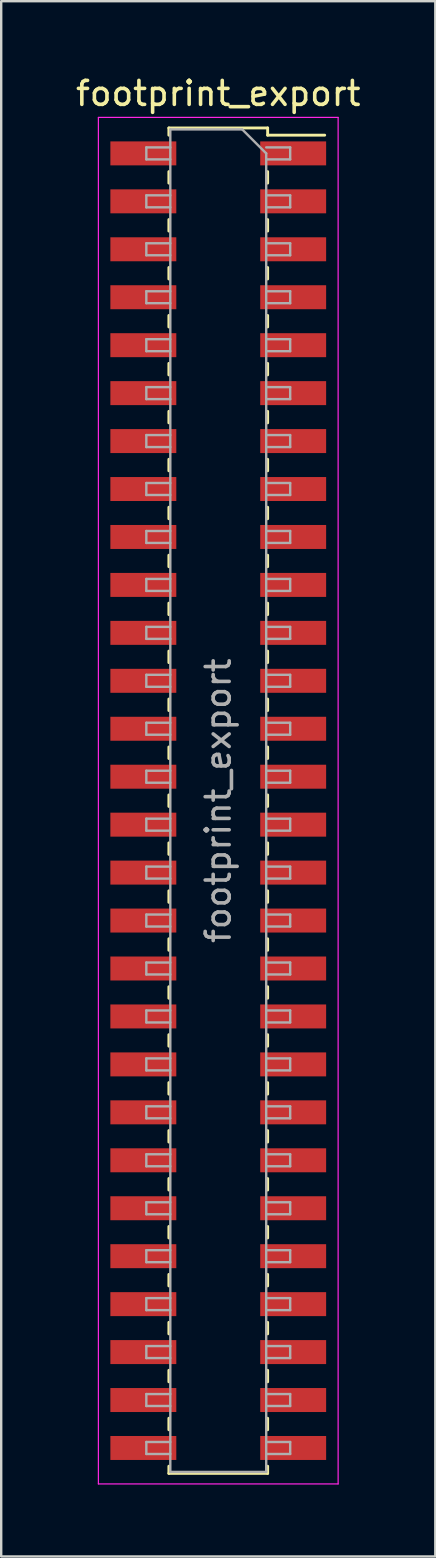
<source format=kicad_pcb>
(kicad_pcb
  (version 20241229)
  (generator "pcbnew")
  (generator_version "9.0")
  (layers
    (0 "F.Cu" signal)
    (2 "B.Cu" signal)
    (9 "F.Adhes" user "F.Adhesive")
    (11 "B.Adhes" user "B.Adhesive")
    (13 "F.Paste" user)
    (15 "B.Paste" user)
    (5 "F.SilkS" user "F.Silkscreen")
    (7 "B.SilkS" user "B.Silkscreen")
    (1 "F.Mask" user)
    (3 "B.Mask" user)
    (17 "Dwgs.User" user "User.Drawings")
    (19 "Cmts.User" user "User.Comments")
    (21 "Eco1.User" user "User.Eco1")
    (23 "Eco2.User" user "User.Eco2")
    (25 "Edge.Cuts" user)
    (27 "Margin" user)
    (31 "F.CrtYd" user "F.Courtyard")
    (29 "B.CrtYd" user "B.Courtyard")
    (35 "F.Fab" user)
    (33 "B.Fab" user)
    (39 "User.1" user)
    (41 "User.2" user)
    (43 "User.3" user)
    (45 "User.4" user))
  (footprint "footprint_export"
    (layer "F.Cu")
    (at 6.054 30.348)
    (property "Reference" "footprint_export" (at 0 -29.5 0) (layer "F.SilkS") (effects (font (size 1 1) (thickness 0.15))))
    (attr smd)
    (fp_line (start -2.06 -28.06) (end -2.06 -27.76) (stroke (width 0.12) (type solid)) (layer "F.SilkS"))
    (fp_line (start -2.06 -28.06) (end 2.06 -28.06) (stroke (width 0.12) (type solid)) (layer "F.SilkS"))
    (fp_line (start -2.06 -26.24) (end -2.06 -25.76) (stroke (width 0.12) (type solid)) (layer "F.SilkS"))
    (fp_line (start -2.06 -24.24) (end -2.06 -23.76) (stroke (width 0.12) (type solid)) (layer "F.SilkS"))
    (fp_line (start -2.06 -22.24) (end -2.06 -21.76) (stroke (width 0.12) (type solid)) (layer "F.SilkS"))
    (fp_line (start -2.06 -20.24) (end -2.06 -19.76) (stroke (width 0.12) (type solid)) (layer "F.SilkS"))
    (fp_line (start -2.06 -18.24) (end -2.06 -17.76) (stroke (width 0.12) (type solid)) (layer "F.SilkS"))
    (fp_line (start -2.06 -16.24) (end -2.06 -15.76) (stroke (width 0.12) (type solid)) (layer "F.SilkS"))
    (fp_line (start -2.06 -14.24) (end -2.06 -13.76) (stroke (width 0.12) (type solid)) (layer "F.SilkS"))
    (fp_line (start -2.06 -12.24) (end -2.06 -11.76) (stroke (width 0.12) (type solid)) (layer "F.SilkS"))
    (fp_line (start -2.06 -10.24) (end -2.06 -9.76) (stroke (width 0.12) (type solid)) (layer "F.SilkS"))
    (fp_line (start -2.06 -8.24) (end -2.06 -7.76) (stroke (width 0.12) (type solid)) (layer "F.SilkS"))
    (fp_line (start -2.06 -6.24) (end -2.06 -5.76) (stroke (width 0.12) (type solid)) (layer "F.SilkS"))
    (fp_line (start -2.06 -4.24) (end -2.06 -3.76) (stroke (width 0.12) (type solid)) (layer "F.SilkS"))
    (fp_line (start -2.06 -2.24) (end -2.06 -1.76) (stroke (width 0.12) (type solid)) (layer "F.SilkS"))
    (fp_line (start -2.06 -0.24) (end -2.06 0.24) (stroke (width 0.12) (type solid)) (layer "F.SilkS"))
    (fp_line (start -2.06 1.76) (end -2.06 2.24) (stroke (width 0.12) (type solid)) (layer "F.SilkS"))
    (fp_line (start -2.06 3.76) (end -2.06 4.24) (stroke (width 0.12) (type solid)) (layer "F.SilkS"))
    (fp_line (start -2.06 5.76) (end -2.06 6.24) (stroke (width 0.12) (type solid)) (layer "F.SilkS"))
    (fp_line (start -2.06 7.76) (end -2.06 8.24) (stroke (width 0.12) (type solid)) (layer "F.SilkS"))
    (fp_line (start -2.06 9.76) (end -2.06 10.24) (stroke (width 0.12) (type solid)) (layer "F.SilkS"))
    (fp_line (start -2.06 11.76) (end -2.06 12.24) (stroke (width 0.12) (type solid)) (layer "F.SilkS"))
    (fp_line (start -2.06 13.76) (end -2.06 14.24) (stroke (width 0.12) (type solid)) (layer "F.SilkS"))
    (fp_line (start -2.06 15.76) (end -2.06 16.24) (stroke (width 0.12) (type solid)) (layer "F.SilkS"))
    (fp_line (start -2.06 17.76) (end -2.06 18.24) (stroke (width 0.12) (type solid)) (layer "F.SilkS"))
    (fp_line (start -2.06 19.76) (end -2.06 20.24) (stroke (width 0.12) (type solid)) (layer "F.SilkS"))
    (fp_line (start -2.06 21.76) (end -2.06 22.24) (stroke (width 0.12) (type solid)) (layer "F.SilkS"))
    (fp_line (start -2.06 23.76) (end -2.06 24.24) (stroke (width 0.12) (type solid)) (layer "F.SilkS"))
    (fp_line (start -2.06 25.76) (end -2.06 26.24) (stroke (width 0.12) (type solid)) (layer "F.SilkS"))
    (fp_line (start -2.06 27.76) (end -2.06 28.06) (stroke (width 0.12) (type solid)) (layer "F.SilkS"))
    (fp_line (start -2.06 28.06) (end 2.06 28.06) (stroke (width 0.12) (type solid)) (layer "F.SilkS"))
    (fp_line (start 2.06 -28.06) (end 2.06 -27.76) (stroke (width 0.12) (type solid)) (layer "F.SilkS"))
    (fp_line (start 2.06 -27.76) (end 4.44 -27.76) (stroke (width 0.12) (type solid)) (layer "F.SilkS"))
    (fp_line (start 2.06 -26.24) (end 2.06 -25.76) (stroke (width 0.12) (type solid)) (layer "F.SilkS"))
    (fp_line (start 2.06 -24.24) (end 2.06 -23.76) (stroke (width 0.12) (type solid)) (layer "F.SilkS"))
    (fp_line (start 2.06 -22.24) (end 2.06 -21.76) (stroke (width 0.12) (type solid)) (layer "F.SilkS"))
    (fp_line (start 2.06 -20.24) (end 2.06 -19.76) (stroke (width 0.12) (type solid)) (layer "F.SilkS"))
    (fp_line (start 2.06 -18.24) (end 2.06 -17.76) (stroke (width 0.12) (type solid)) (layer "F.SilkS"))
    (fp_line (start 2.06 -16.24) (end 2.06 -15.76) (stroke (width 0.12) (type solid)) (layer "F.SilkS"))
    (fp_line (start 2.06 -14.24) (end 2.06 -13.76) (stroke (width 0.12) (type solid)) (layer "F.SilkS"))
    (fp_line (start 2.06 -12.24) (end 2.06 -11.76) (stroke (width 0.12) (type solid)) (layer "F.SilkS"))
    (fp_line (start 2.06 -10.24) (end 2.06 -9.76) (stroke (width 0.12) (type solid)) (layer "F.SilkS"))
    (fp_line (start 2.06 -8.24) (end 2.06 -7.76) (stroke (width 0.12) (type solid)) (layer "F.SilkS"))
    (fp_line (start 2.06 -6.24) (end 2.06 -5.76) (stroke (width 0.12) (type solid)) (layer "F.SilkS"))
    (fp_line (start 2.06 -4.24) (end 2.06 -3.76) (stroke (width 0.12) (type solid)) (layer "F.SilkS"))
    (fp_line (start 2.06 -2.24) (end 2.06 -1.76) (stroke (width 0.12) (type solid)) (layer "F.SilkS"))
    (fp_line (start 2.06 -0.24) (end 2.06 0.24) (stroke (width 0.12) (type solid)) (layer "F.SilkS"))
    (fp_line (start 2.06 1.76) (end 2.06 2.24) (stroke (width 0.12) (type solid)) (layer "F.SilkS"))
    (fp_line (start 2.06 3.76) (end 2.06 4.24) (stroke (width 0.12) (type solid)) (layer "F.SilkS"))
    (fp_line (start 2.06 5.76) (end 2.06 6.24) (stroke (width 0.12) (type solid)) (layer "F.SilkS"))
    (fp_line (start 2.06 7.76) (end 2.06 8.24) (stroke (width 0.12) (type solid)) (layer "F.SilkS"))
    (fp_line (start 2.06 9.76) (end 2.06 10.24) (stroke (width 0.12) (type solid)) (layer "F.SilkS"))
    (fp_line (start 2.06 11.76) (end 2.06 12.24) (stroke (width 0.12) (type solid)) (layer "F.SilkS"))
    (fp_line (start 2.06 13.76) (end 2.06 14.24) (stroke (width 0.12) (type solid)) (layer "F.SilkS"))
    (fp_line (start 2.06 15.76) (end 2.06 16.24) (stroke (width 0.12) (type solid)) (layer "F.SilkS"))
    (fp_line (start 2.06 17.76) (end 2.06 18.24) (stroke (width 0.12) (type solid)) (layer "F.SilkS"))
    (fp_line (start 2.06 19.76) (end 2.06 20.24) (stroke (width 0.12) (type solid)) (layer "F.SilkS"))
    (fp_line (start 2.06 21.76) (end 2.06 22.24) (stroke (width 0.12) (type solid)) (layer "F.SilkS"))
    (fp_line (start 2.06 23.76) (end 2.06 24.24) (stroke (width 0.12) (type solid)) (layer "F.SilkS"))
    (fp_line (start 2.06 25.76) (end 2.06 26.24) (stroke (width 0.12) (type solid)) (layer "F.SilkS"))
    (fp_line (start 2.06 27.76) (end 2.06 28.06) (stroke (width 0.12) (type solid)) (layer "F.SilkS"))
    (fp_line (start -5 -28.5) (end 5 -28.5) (stroke (width 0.05) (type solid)) (layer "F.CrtYd"))
    (fp_line (start -5 28.5) (end -5 -28.5) (stroke (width 0.05) (type solid)) (layer "F.CrtYd"))
    (fp_line (start 5 -28.5) (end 5 28.5) (stroke (width 0.05) (type solid)) (layer "F.CrtYd"))
    (fp_line (start 5 28.5) (end -5 28.5) (stroke (width 0.05) (type solid)) (layer "F.CrtYd"))
    (fp_line (start -3 -27.25) (end -2 -27.25) (stroke (width 0.1) (type solid)) (layer "F.Fab"))
    (fp_line (start -3 -26.75) (end -3 -27.25) (stroke (width 0.1) (type solid)) (layer "F.Fab"))
    (fp_line (start -3 -25.25) (end -2 -25.25) (stroke (width 0.1) (type solid)) (layer "F.Fab"))
    (fp_line (start -3 -24.75) (end -3 -25.25) (stroke (width 0.1) (type solid)) (layer "F.Fab"))
    (fp_line (start -3 -23.25) (end -2 -23.25) (stroke (width 0.1) (type solid)) (layer "F.Fab"))
    (fp_line (start -3 -22.75) (end -3 -23.25) (stroke (width 0.1) (type solid)) (layer "F.Fab"))
    (fp_line (start -3 -21.25) (end -2 -21.25) (stroke (width 0.1) (type solid)) (layer "F.Fab"))
    (fp_line (start -3 -20.75) (end -3 -21.25) (stroke (width 0.1) (type solid)) (layer "F.Fab"))
    (fp_line (start -3 -19.25) (end -2 -19.25) (stroke (width 0.1) (type solid)) (layer "F.Fab"))
    (fp_line (start -3 -18.75) (end -3 -19.25) (stroke (width 0.1) (type solid)) (layer "F.Fab"))
    (fp_line (start -3 -17.25) (end -2 -17.25) (stroke (width 0.1) (type solid)) (layer "F.Fab"))
    (fp_line (start -3 -16.75) (end -3 -17.25) (stroke (width 0.1) (type solid)) (layer "F.Fab"))
    (fp_line (start -3 -15.25) (end -2 -15.25) (stroke (width 0.1) (type solid)) (layer "F.Fab"))
    (fp_line (start -3 -14.75) (end -3 -15.25) (stroke (width 0.1) (type solid)) (layer "F.Fab"))
    (fp_line (start -3 -13.25) (end -2 -13.25) (stroke (width 0.1) (type solid)) (layer "F.Fab"))
    (fp_line (start -3 -12.75) (end -3 -13.25) (stroke (width 0.1) (type solid)) (layer "F.Fab"))
    (fp_line (start -3 -11.25) (end -2 -11.25) (stroke (width 0.1) (type solid)) (layer "F.Fab"))
    (fp_line (start -3 -10.75) (end -3 -11.25) (stroke (width 0.1) (type solid)) (layer "F.Fab"))
    (fp_line (start -3 -9.25) (end -2 -9.25) (stroke (width 0.1) (type solid)) (layer "F.Fab"))
    (fp_line (start -3 -8.75) (end -3 -9.25) (stroke (width 0.1) (type solid)) (layer "F.Fab"))
    (fp_line (start -3 -7.25) (end -2 -7.25) (stroke (width 0.1) (type solid)) (layer "F.Fab"))
    (fp_line (start -3 -6.75) (end -3 -7.25) (stroke (width 0.1) (type solid)) (layer "F.Fab"))
    (fp_line (start -3 -5.25) (end -2 -5.25) (stroke (width 0.1) (type solid)) (layer "F.Fab"))
    (fp_line (start -3 -4.75) (end -3 -5.25) (stroke (width 0.1) (type solid)) (layer "F.Fab"))
    (fp_line (start -3 -3.25) (end -2 -3.25) (stroke (width 0.1) (type solid)) (layer "F.Fab"))
    (fp_line (start -3 -2.75) (end -3 -3.25) (stroke (width 0.1) (type solid)) (layer "F.Fab"))
    (fp_line (start -3 -1.25) (end -2 -1.25) (stroke (width 0.1) (type solid)) (layer "F.Fab"))
    (fp_line (start -3 -0.75) (end -3 -1.25) (stroke (width 0.1) (type solid)) (layer "F.Fab"))
    (fp_line (start -3 0.75) (end -2 0.75) (stroke (width 0.1) (type solid)) (layer "F.Fab"))
    (fp_line (start -3 1.25) (end -3 0.75) (stroke (width 0.1) (type solid)) (layer "F.Fab"))
    (fp_line (start -3 2.75) (end -2 2.75) (stroke (width 0.1) (type solid)) (layer "F.Fab"))
    (fp_line (start -3 3.25) (end -3 2.75) (stroke (width 0.1) (type solid)) (layer "F.Fab"))
    (fp_line (start -3 4.75) (end -2 4.75) (stroke (width 0.1) (type solid)) (layer "F.Fab"))
    (fp_line (start -3 5.25) (end -3 4.75) (stroke (width 0.1) (type solid)) (layer "F.Fab"))
    (fp_line (start -3 6.75) (end -2 6.75) (stroke (width 0.1) (type solid)) (layer "F.Fab"))
    (fp_line (start -3 7.25) (end -3 6.75) (stroke (width 0.1) (type solid)) (layer "F.Fab"))
    (fp_line (start -3 8.75) (end -2 8.75) (stroke (width 0.1) (type solid)) (layer "F.Fab"))
    (fp_line (start -3 9.25) (end -3 8.75) (stroke (width 0.1) (type solid)) (layer "F.Fab"))
    (fp_line (start -3 10.75) (end -2 10.75) (stroke (width 0.1) (type solid)) (layer "F.Fab"))
    (fp_line (start -3 11.25) (end -3 10.75) (stroke (width 0.1) (type solid)) (layer "F.Fab"))
    (fp_line (start -3 12.75) (end -2 12.75) (stroke (width 0.1) (type solid)) (layer "F.Fab"))
    (fp_line (start -3 13.25) (end -3 12.75) (stroke (width 0.1) (type solid)) (layer "F.Fab"))
    (fp_line (start -3 14.75) (end -2 14.75) (stroke (width 0.1) (type solid)) (layer "F.Fab"))
    (fp_line (start -3 15.25) (end -3 14.75) (stroke (width 0.1) (type solid)) (layer "F.Fab"))
    (fp_line (start -3 16.75) (end -2 16.75) (stroke (width 0.1) (type solid)) (layer "F.Fab"))
    (fp_line (start -3 17.25) (end -3 16.75) (stroke (width 0.1) (type solid)) (layer "F.Fab"))
    (fp_line (start -3 18.75) (end -2 18.75) (stroke (width 0.1) (type solid)) (layer "F.Fab"))
    (fp_line (start -3 19.25) (end -3 18.75) (stroke (width 0.1) (type solid)) (layer "F.Fab"))
    (fp_line (start -3 20.75) (end -2 20.75) (stroke (width 0.1) (type solid)) (layer "F.Fab"))
    (fp_line (start -3 21.25) (end -3 20.75) (stroke (width 0.1) (type solid)) (layer "F.Fab"))
    (fp_line (start -3 22.75) (end -2 22.75) (stroke (width 0.1) (type solid)) (layer "F.Fab"))
    (fp_line (start -3 23.25) (end -3 22.75) (stroke (width 0.1) (type solid)) (layer "F.Fab"))
    (fp_line (start -3 24.75) (end -2 24.75) (stroke (width 0.1) (type solid)) (layer "F.Fab"))
    (fp_line (start -3 25.25) (end -3 24.75) (stroke (width 0.1) (type solid)) (layer "F.Fab"))
    (fp_line (start -3 26.75) (end -2 26.75) (stroke (width 0.1) (type solid)) (layer "F.Fab"))
    (fp_line (start -3 27.25) (end -3 26.75) (stroke (width 0.1) (type solid)) (layer "F.Fab"))
    (fp_line (start -2 -28) (end 1 -28) (stroke (width 0.1) (type solid)) (layer "F.Fab"))
    (fp_line (start -2 -26.75) (end -3 -26.75) (stroke (width 0.1) (type solid)) (layer "F.Fab"))
    (fp_line (start -2 -24.75) (end -3 -24.75) (stroke (width 0.1) (type solid)) (layer "F.Fab"))
    (fp_line (start -2 -22.75) (end -3 -22.75) (stroke (width 0.1) (type solid)) (layer "F.Fab"))
    (fp_line (start -2 -20.75) (end -3 -20.75) (stroke (width 0.1) (type solid)) (layer "F.Fab"))
    (fp_line (start -2 -18.75) (end -3 -18.75) (stroke (width 0.1) (type solid)) (layer "F.Fab"))
    (fp_line (start -2 -16.75) (end -3 -16.75) (stroke (width 0.1) (type solid)) (layer "F.Fab"))
    (fp_line (start -2 -14.75) (end -3 -14.75) (stroke (width 0.1) (type solid)) (layer "F.Fab"))
    (fp_line (start -2 -12.75) (end -3 -12.75) (stroke (width 0.1) (type solid)) (layer "F.Fab"))
    (fp_line (start -2 -10.75) (end -3 -10.75) (stroke (width 0.1) (type solid)) (layer "F.Fab"))
    (fp_line (start -2 -8.75) (end -3 -8.75) (stroke (width 0.1) (type solid)) (layer "F.Fab"))
    (fp_line (start -2 -6.75) (end -3 -6.75) (stroke (width 0.1) (type solid)) (layer "F.Fab"))
    (fp_line (start -2 -4.75) (end -3 -4.75) (stroke (width 0.1) (type solid)) (layer "F.Fab"))
    (fp_line (start -2 -2.75) (end -3 -2.75) (stroke (width 0.1) (type solid)) (layer "F.Fab"))
    (fp_line (start -2 -0.75) (end -3 -0.75) (stroke (width 0.1) (type solid)) (layer "F.Fab"))
    (fp_line (start -2 1.25) (end -3 1.25) (stroke (width 0.1) (type solid)) (layer "F.Fab"))
    (fp_line (start -2 3.25) (end -3 3.25) (stroke (width 0.1) (type solid)) (layer "F.Fab"))
    (fp_line (start -2 5.25) (end -3 5.25) (stroke (width 0.1) (type solid)) (layer "F.Fab"))
    (fp_line (start -2 7.25) (end -3 7.25) (stroke (width 0.1) (type solid)) (layer "F.Fab"))
    (fp_line (start -2 9.25) (end -3 9.25) (stroke (width 0.1) (type solid)) (layer "F.Fab"))
    (fp_line (start -2 11.25) (end -3 11.25) (stroke (width 0.1) (type solid)) (layer "F.Fab"))
    (fp_line (start -2 13.25) (end -3 13.25) (stroke (width 0.1) (type solid)) (layer "F.Fab"))
    (fp_line (start -2 15.25) (end -3 15.25) (stroke (width 0.1) (type solid)) (layer "F.Fab"))
    (fp_line (start -2 17.25) (end -3 17.25) (stroke (width 0.1) (type solid)) (layer "F.Fab"))
    (fp_line (start -2 19.25) (end -3 19.25) (stroke (width 0.1) (type solid)) (layer "F.Fab"))
    (fp_line (start -2 21.25) (end -3 21.25) (stroke (width 0.1) (type solid)) (layer "F.Fab"))
    (fp_line (start -2 23.25) (end -3 23.25) (stroke (width 0.1) (type solid)) (layer "F.Fab"))
    (fp_line (start -2 25.25) (end -3 25.25) (stroke (width 0.1) (type solid)) (layer "F.Fab"))
    (fp_line (start -2 27.25) (end -3 27.25) (stroke (width 0.1) (type solid)) (layer "F.Fab"))
    (fp_line (start -2 28) (end -2 -28) (stroke (width 0.1) (type solid)) (layer "F.Fab"))
    (fp_line (start 1 -28) (end 2 -27) (stroke (width 0.1) (type solid)) (layer "F.Fab"))
    (fp_line (start 2 -27.25) (end 3 -27.25) (stroke (width 0.1) (type solid)) (layer "F.Fab"))
    (fp_line (start 2 -27) (end 2 28) (stroke (width 0.1) (type solid)) (layer "F.Fab"))
    (fp_line (start 2 -25.25) (end 3 -25.25) (stroke (width 0.1) (type solid)) (layer "F.Fab"))
    (fp_line (start 2 -23.25) (end 3 -23.25) (stroke (width 0.1) (type solid)) (layer "F.Fab"))
    (fp_line (start 2 -21.25) (end 3 -21.25) (stroke (width 0.1) (type solid)) (layer "F.Fab"))
    (fp_line (start 2 -19.25) (end 3 -19.25) (stroke (width 0.1) (type solid)) (layer "F.Fab"))
    (fp_line (start 2 -17.25) (end 3 -17.25) (stroke (width 0.1) (type solid)) (layer "F.Fab"))
    (fp_line (start 2 -15.25) (end 3 -15.25) (stroke (width 0.1) (type solid)) (layer "F.Fab"))
    (fp_line (start 2 -13.25) (end 3 -13.25) (stroke (width 0.1) (type solid)) (layer "F.Fab"))
    (fp_line (start 2 -11.25) (end 3 -11.25) (stroke (width 0.1) (type solid)) (layer "F.Fab"))
    (fp_line (start 2 -9.25) (end 3 -9.25) (stroke (width 0.1) (type solid)) (layer "F.Fab"))
    (fp_line (start 2 -7.25) (end 3 -7.25) (stroke (width 0.1) (type solid)) (layer "F.Fab"))
    (fp_line (start 2 -5.25) (end 3 -5.25) (stroke (width 0.1) (type solid)) (layer "F.Fab"))
    (fp_line (start 2 -3.25) (end 3 -3.25) (stroke (width 0.1) (type solid)) (layer "F.Fab"))
    (fp_line (start 2 -1.25) (end 3 -1.25) (stroke (width 0.1) (type solid)) (layer "F.Fab"))
    (fp_line (start 2 0.75) (end 3 0.75) (stroke (width 0.1) (type solid)) (layer "F.Fab"))
    (fp_line (start 2 2.75) (end 3 2.75) (stroke (width 0.1) (type solid)) (layer "F.Fab"))
    (fp_line (start 2 4.75) (end 3 4.75) (stroke (width 0.1) (type solid)) (layer "F.Fab"))
    (fp_line (start 2 6.75) (end 3 6.75) (stroke (width 0.1) (type solid)) (layer "F.Fab"))
    (fp_line (start 2 8.75) (end 3 8.75) (stroke (width 0.1) (type solid)) (layer "F.Fab"))
    (fp_line (start 2 10.75) (end 3 10.75) (stroke (width 0.1) (type solid)) (layer "F.Fab"))
    (fp_line (start 2 12.75) (end 3 12.75) (stroke (width 0.1) (type solid)) (layer "F.Fab"))
    (fp_line (start 2 14.75) (end 3 14.75) (stroke (width 0.1) (type solid)) (layer "F.Fab"))
    (fp_line (start 2 16.75) (end 3 16.75) (stroke (width 0.1) (type solid)) (layer "F.Fab"))
    (fp_line (start 2 18.75) (end 3 18.75) (stroke (width 0.1) (type solid)) (layer "F.Fab"))
    (fp_line (start 2 20.75) (end 3 20.75) (stroke (width 0.1) (type solid)) (layer "F.Fab"))
    (fp_line (start 2 22.75) (end 3 22.75) (stroke (width 0.1) (type solid)) (layer "F.Fab"))
    (fp_line (start 2 24.75) (end 3 24.75) (stroke (width 0.1) (type solid)) (layer "F.Fab"))
    (fp_line (start 2 26.75) (end 3 26.75) (stroke (width 0.1) (type solid)) (layer "F.Fab"))
    (fp_line (start 2 28) (end -2 28) (stroke (width 0.1) (type solid)) (layer "F.Fab"))
    (fp_line (start 3 -27.25) (end 3 -26.75) (stroke (width 0.1) (type solid)) (layer "F.Fab"))
    (fp_line (start 3 -26.75) (end 2 -26.75) (stroke (width 0.1) (type solid)) (layer "F.Fab"))
    (fp_line (start 3 -25.25) (end 3 -24.75) (stroke (width 0.1) (type solid)) (layer "F.Fab"))
    (fp_line (start 3 -24.75) (end 2 -24.75) (stroke (width 0.1) (type solid)) (layer "F.Fab"))
    (fp_line (start 3 -23.25) (end 3 -22.75) (stroke (width 0.1) (type solid)) (layer "F.Fab"))
    (fp_line (start 3 -22.75) (end 2 -22.75) (stroke (width 0.1) (type solid)) (layer "F.Fab"))
    (fp_line (start 3 -21.25) (end 3 -20.75) (stroke (width 0.1) (type solid)) (layer "F.Fab"))
    (fp_line (start 3 -20.75) (end 2 -20.75) (stroke (width 0.1) (type solid)) (layer "F.Fab"))
    (fp_line (start 3 -19.25) (end 3 -18.75) (stroke (width 0.1) (type solid)) (layer "F.Fab"))
    (fp_line (start 3 -18.75) (end 2 -18.75) (stroke (width 0.1) (type solid)) (layer "F.Fab"))
    (fp_line (start 3 -17.25) (end 3 -16.75) (stroke (width 0.1) (type solid)) (layer "F.Fab"))
    (fp_line (start 3 -16.75) (end 2 -16.75) (stroke (width 0.1) (type solid)) (layer "F.Fab"))
    (fp_line (start 3 -15.25) (end 3 -14.75) (stroke (width 0.1) (type solid)) (layer "F.Fab"))
    (fp_line (start 3 -14.75) (end 2 -14.75) (stroke (width 0.1) (type solid)) (layer "F.Fab"))
    (fp_line (start 3 -13.25) (end 3 -12.75) (stroke (width 0.1) (type solid)) (layer "F.Fab"))
    (fp_line (start 3 -12.75) (end 2 -12.75) (stroke (width 0.1) (type solid)) (layer "F.Fab"))
    (fp_line (start 3 -11.25) (end 3 -10.75) (stroke (width 0.1) (type solid)) (layer "F.Fab"))
    (fp_line (start 3 -10.75) (end 2 -10.75) (stroke (width 0.1) (type solid)) (layer "F.Fab"))
    (fp_line (start 3 -9.25) (end 3 -8.75) (stroke (width 0.1) (type solid)) (layer "F.Fab"))
    (fp_line (start 3 -8.75) (end 2 -8.75) (stroke (width 0.1) (type solid)) (layer "F.Fab"))
    (fp_line (start 3 -7.25) (end 3 -6.75) (stroke (width 0.1) (type solid)) (layer "F.Fab"))
    (fp_line (start 3 -6.75) (end 2 -6.75) (stroke (width 0.1) (type solid)) (layer "F.Fab"))
    (fp_line (start 3 -5.25) (end 3 -4.75) (stroke (width 0.1) (type solid)) (layer "F.Fab"))
    (fp_line (start 3 -4.75) (end 2 -4.75) (stroke (width 0.1) (type solid)) (layer "F.Fab"))
    (fp_line (start 3 -3.25) (end 3 -2.75) (stroke (width 0.1) (type solid)) (layer "F.Fab"))
    (fp_line (start 3 -2.75) (end 2 -2.75) (stroke (width 0.1) (type solid)) (layer "F.Fab"))
    (fp_line (start 3 -1.25) (end 3 -0.75) (stroke (width 0.1) (type solid)) (layer "F.Fab"))
    (fp_line (start 3 -0.75) (end 2 -0.75) (stroke (width 0.1) (type solid)) (layer "F.Fab"))
    (fp_line (start 3 0.75) (end 3 1.25) (stroke (width 0.1) (type solid)) (layer "F.Fab"))
    (fp_line (start 3 1.25) (end 2 1.25) (stroke (width 0.1) (type solid)) (layer "F.Fab"))
    (fp_line (start 3 2.75) (end 3 3.25) (stroke (width 0.1) (type solid)) (layer "F.Fab"))
    (fp_line (start 3 3.25) (end 2 3.25) (stroke (width 0.1) (type solid)) (layer "F.Fab"))
    (fp_line (start 3 4.75) (end 3 5.25) (stroke (width 0.1) (type solid)) (layer "F.Fab"))
    (fp_line (start 3 5.25) (end 2 5.25) (stroke (width 0.1) (type solid)) (layer "F.Fab"))
    (fp_line (start 3 6.75) (end 3 7.25) (stroke (width 0.1) (type solid)) (layer "F.Fab"))
    (fp_line (start 3 7.25) (end 2 7.25) (stroke (width 0.1) (type solid)) (layer "F.Fab"))
    (fp_line (start 3 8.75) (end 3 9.25) (stroke (width 0.1) (type solid)) (layer "F.Fab"))
    (fp_line (start 3 9.25) (end 2 9.25) (stroke (width 0.1) (type solid)) (layer "F.Fab"))
    (fp_line (start 3 10.75) (end 3 11.25) (stroke (width 0.1) (type solid)) (layer "F.Fab"))
    (fp_line (start 3 11.25) (end 2 11.25) (stroke (width 0.1) (type solid)) (layer "F.Fab"))
    (fp_line (start 3 12.75) (end 3 13.25) (stroke (width 0.1) (type solid)) (layer "F.Fab"))
    (fp_line (start 3 13.25) (end 2 13.25) (stroke (width 0.1) (type solid)) (layer "F.Fab"))
    (fp_line (start 3 14.75) (end 3 15.25) (stroke (width 0.1) (type solid)) (layer "F.Fab"))
    (fp_line (start 3 15.25) (end 2 15.25) (stroke (width 0.1) (type solid)) (layer "F.Fab"))
    (fp_line (start 3 16.75) (end 3 17.25) (stroke (width 0.1) (type solid)) (layer "F.Fab"))
    (fp_line (start 3 17.25) (end 2 17.25) (stroke (width 0.1) (type solid)) (layer "F.Fab"))
    (fp_line (start 3 18.75) (end 3 19.25) (stroke (width 0.1) (type solid)) (layer "F.Fab"))
    (fp_line (start 3 19.25) (end 2 19.25) (stroke (width 0.1) (type solid)) (layer "F.Fab"))
    (fp_line (start 3 20.75) (end 3 21.25) (stroke (width 0.1) (type solid)) (layer "F.Fab"))
    (fp_line (start 3 21.25) (end 2 21.25) (stroke (width 0.1) (type solid)) (layer "F.Fab"))
    (fp_line (start 3 22.75) (end 3 23.25) (stroke (width 0.1) (type solid)) (layer "F.Fab"))
    (fp_line (start 3 23.25) (end 2 23.25) (stroke (width 0.1) (type solid)) (layer "F.Fab"))
    (fp_line (start 3 24.75) (end 3 25.25) (stroke (width 0.1) (type solid)) (layer "F.Fab"))
    (fp_line (start 3 25.25) (end 2 25.25) (stroke (width 0.1) (type solid)) (layer "F.Fab"))
    (fp_line (start 3 26.75) (end 3 27.25) (stroke (width 0.1) (type solid)) (layer "F.Fab"))
    (fp_line (start 3 27.25) (end 2 27.25) (stroke (width 0.1) (type solid)) (layer "F.Fab"))
    (fp_text user "${REFERENCE}" (at 0 0 90) (layer "F.Fab") (effects (font (size 1 1) (thickness 0.15))))
    (pad "1" smd rect (at 3.125 -27) (size 2.75 1) (layers "F.Cu" "F.Mask" "F.Paste"))
    (pad "2" smd rect (at -3.125 -27) (size 2.75 1) (layers "F.Cu" "F.Mask" "F.Paste"))
    (pad "3" smd rect (at 3.125 -25) (size 2.75 1) (layers "F.Cu" "F.Mask" "F.Paste"))
    (pad "4" smd rect (at -3.125 -25) (size 2.75 1) (layers "F.Cu" "F.Mask" "F.Paste"))
    (pad "5" smd rect (at 3.125 -23) (size 2.75 1) (layers "F.Cu" "F.Mask" "F.Paste"))
    (pad "6" smd rect (at -3.125 -23) (size 2.75 1) (layers "F.Cu" "F.Mask" "F.Paste"))
    (pad "7" smd rect (at 3.125 -21) (size 2.75 1) (layers "F.Cu" "F.Mask" "F.Paste"))
    (pad "8" smd rect (at -3.125 -21) (size 2.75 1) (layers "F.Cu" "F.Mask" "F.Paste"))
    (pad "9" smd rect (at 3.125 -19) (size 2.75 1) (layers "F.Cu" "F.Mask" "F.Paste"))
    (pad "10" smd rect (at -3.125 -19) (size 2.75 1) (layers "F.Cu" "F.Mask" "F.Paste"))
    (pad "11" smd rect (at 3.125 -17) (size 2.75 1) (layers "F.Cu" "F.Mask" "F.Paste"))
    (pad "12" smd rect (at -3.125 -17) (size 2.75 1) (layers "F.Cu" "F.Mask" "F.Paste"))
    (pad "13" smd rect (at 3.125 -15) (size 2.75 1) (layers "F.Cu" "F.Mask" "F.Paste"))
    (pad "14" smd rect (at -3.125 -15) (size 2.75 1) (layers "F.Cu" "F.Mask" "F.Paste"))
    (pad "15" smd rect (at 3.125 -13) (size 2.75 1) (layers "F.Cu" "F.Mask" "F.Paste"))
    (pad "16" smd rect (at -3.125 -13) (size 2.75 1) (layers "F.Cu" "F.Mask" "F.Paste"))
    (pad "17" smd rect (at 3.125 -11) (size 2.75 1) (layers "F.Cu" "F.Mask" "F.Paste"))
    (pad "18" smd rect (at -3.125 -11) (size 2.75 1) (layers "F.Cu" "F.Mask" "F.Paste"))
    (pad "19" smd rect (at 3.125 -9) (size 2.75 1) (layers "F.Cu" "F.Mask" "F.Paste"))
    (pad "20" smd rect (at -3.125 -9) (size 2.75 1) (layers "F.Cu" "F.Mask" "F.Paste"))
    (pad "21" smd rect (at 3.125 -7) (size 2.75 1) (layers "F.Cu" "F.Mask" "F.Paste"))
    (pad "22" smd rect (at -3.125 -7) (size 2.75 1) (layers "F.Cu" "F.Mask" "F.Paste"))
    (pad "23" smd rect (at 3.125 -5) (size 2.75 1) (layers "F.Cu" "F.Mask" "F.Paste"))
    (pad "24" smd rect (at -3.125 -5) (size 2.75 1) (layers "F.Cu" "F.Mask" "F.Paste"))
    (pad "25" smd rect (at 3.125 -3) (size 2.75 1) (layers "F.Cu" "F.Mask" "F.Paste"))
    (pad "26" smd rect (at -3.125 -3) (size 2.75 1) (layers "F.Cu" "F.Mask" "F.Paste"))
    (pad "27" smd rect (at 3.125 -1) (size 2.75 1) (layers "F.Cu" "F.Mask" "F.Paste"))
    (pad "28" smd rect (at -3.125 -1) (size 2.75 1) (layers "F.Cu" "F.Mask" "F.Paste"))
    (pad "29" smd rect (at 3.125 1) (size 2.75 1) (layers "F.Cu" "F.Mask" "F.Paste"))
    (pad "30" smd rect (at -3.125 1) (size 2.75 1) (layers "F.Cu" "F.Mask" "F.Paste"))
    (pad "31" smd rect (at 3.125 3) (size 2.75 1) (layers "F.Cu" "F.Mask" "F.Paste"))
    (pad "32" smd rect (at -3.125 3) (size 2.75 1) (layers "F.Cu" "F.Mask" "F.Paste"))
    (pad "33" smd rect (at 3.125 5) (size 2.75 1) (layers "F.Cu" "F.Mask" "F.Paste"))
    (pad "34" smd rect (at -3.125 5) (size 2.75 1) (layers "F.Cu" "F.Mask" "F.Paste"))
    (pad "35" smd rect (at 3.125 7) (size 2.75 1) (layers "F.Cu" "F.Mask" "F.Paste"))
    (pad "36" smd rect (at -3.125 7) (size 2.75 1) (layers "F.Cu" "F.Mask" "F.Paste"))
    (pad "37" smd rect (at 3.125 9) (size 2.75 1) (layers "F.Cu" "F.Mask" "F.Paste"))
    (pad "38" smd rect (at -3.125 9) (size 2.75 1) (layers "F.Cu" "F.Mask" "F.Paste"))
    (pad "39" smd rect (at 3.125 11) (size 2.75 1) (layers "F.Cu" "F.Mask" "F.Paste"))
    (pad "40" smd rect (at -3.125 11) (size 2.75 1) (layers "F.Cu" "F.Mask" "F.Paste"))
    (pad "41" smd rect (at 3.125 13) (size 2.75 1) (layers "F.Cu" "F.Mask" "F.Paste"))
    (pad "42" smd rect (at -3.125 13) (size 2.75 1) (layers "F.Cu" "F.Mask" "F.Paste"))
    (pad "43" smd rect (at 3.125 15) (size 2.75 1) (layers "F.Cu" "F.Mask" "F.Paste"))
    (pad "44" smd rect (at -3.125 15) (size 2.75 1) (layers "F.Cu" "F.Mask" "F.Paste"))
    (pad "45" smd rect (at 3.125 17) (size 2.75 1) (layers "F.Cu" "F.Mask" "F.Paste"))
    (pad "46" smd rect (at -3.125 17) (size 2.75 1) (layers "F.Cu" "F.Mask" "F.Paste"))
    (pad "47" smd rect (at 3.125 19) (size 2.75 1) (layers "F.Cu" "F.Mask" "F.Paste"))
    (pad "48" smd rect (at -3.125 19) (size 2.75 1) (layers "F.Cu" "F.Mask" "F.Paste"))
    (pad "49" smd rect (at 3.125 21) (size 2.75 1) (layers "F.Cu" "F.Mask" "F.Paste"))
    (pad "50" smd rect (at -3.125 21) (size 2.75 1) (layers "F.Cu" "F.Mask" "F.Paste"))
    (pad "51" smd rect (at 3.125 23) (size 2.75 1) (layers "F.Cu" "F.Mask" "F.Paste"))
    (pad "52" smd rect (at -3.125 23) (size 2.75 1) (layers "F.Cu" "F.Mask" "F.Paste"))
    (pad "53" smd rect (at 3.125 25) (size 2.75 1) (layers "F.Cu" "F.Mask" "F.Paste"))
    (pad "54" smd rect (at -3.125 25) (size 2.75 1) (layers "F.Cu" "F.Mask" "F.Paste"))
    (pad "55" smd rect (at 3.125 27) (size 2.75 1) (layers "F.Cu" "F.Mask" "F.Paste"))
    (pad "56" smd rect (at -3.125 27) (size 2.75 1) (layers "F.Cu" "F.Mask" "F.Paste")))
  (gr_rect
    (start -3 -3)
    (end 15.107 61.873)
    (stroke (width 0.1) (type default))
    (fill no)
    (layer "Edge.Cuts")))
</source>
